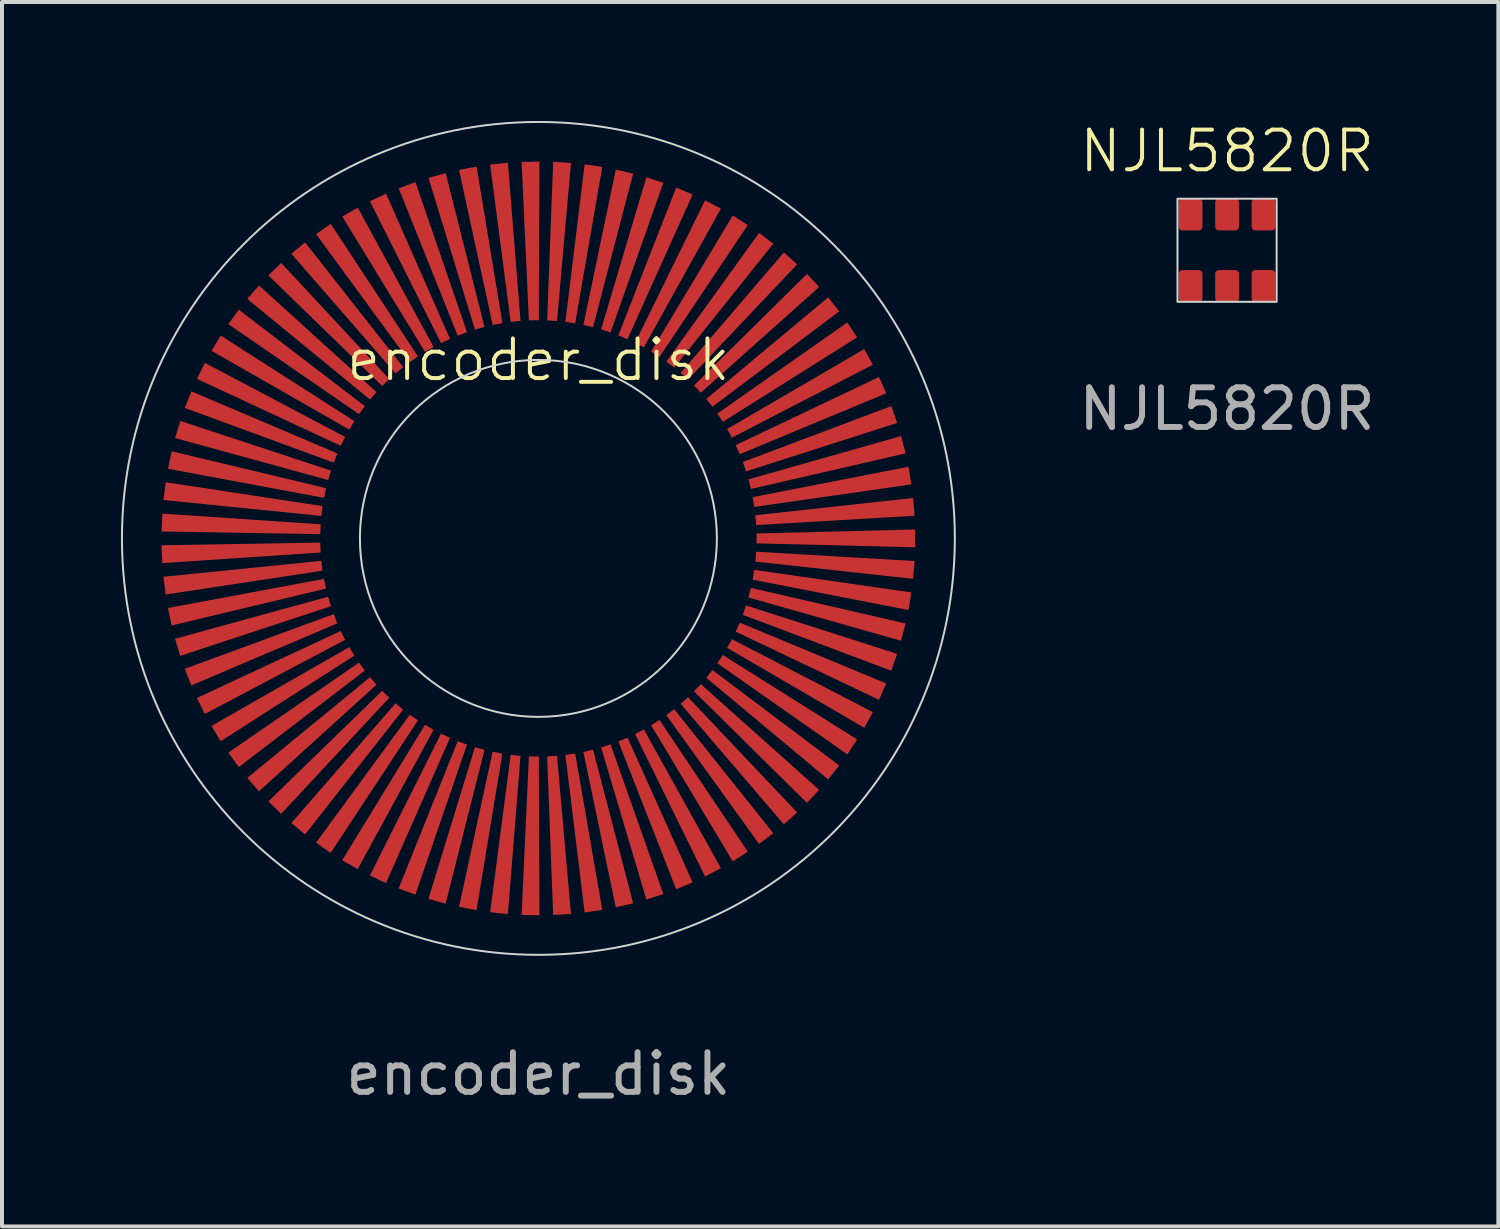
<source format=kicad_pcb>
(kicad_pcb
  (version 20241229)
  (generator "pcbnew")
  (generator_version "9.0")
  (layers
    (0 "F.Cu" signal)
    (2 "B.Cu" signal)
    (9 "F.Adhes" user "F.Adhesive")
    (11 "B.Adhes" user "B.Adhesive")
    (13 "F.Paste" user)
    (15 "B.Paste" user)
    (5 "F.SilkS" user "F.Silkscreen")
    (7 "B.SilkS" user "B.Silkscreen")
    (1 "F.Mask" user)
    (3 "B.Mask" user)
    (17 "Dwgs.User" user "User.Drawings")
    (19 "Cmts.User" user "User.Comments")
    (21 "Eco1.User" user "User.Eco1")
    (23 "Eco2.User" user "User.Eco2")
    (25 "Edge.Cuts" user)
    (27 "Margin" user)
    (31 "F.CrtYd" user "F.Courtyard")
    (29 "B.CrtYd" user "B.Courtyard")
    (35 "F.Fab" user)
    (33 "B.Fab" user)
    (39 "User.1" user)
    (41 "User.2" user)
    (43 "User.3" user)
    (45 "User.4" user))
  (footprint "encoder_disk"
    (layer "F.Cu")
    (at 10.525 10.525)
    (property "Reference" "encoder_disk" (at 0 -4.5 0) (unlocked yes) (layer "F.SilkS") (effects (font (size 1 1) (thickness 0.1))))
    (attr smd)
    (fp_circle (center 0 0) (end 4.5 0) (stroke (width 0.05) (type solid)) (fill no) (layer "Edge.Cuts"))
    (fp_circle (center 0 0) (end 10.5 0) (stroke (width 0.05) (type solid)) (fill no) (layer "Edge.Cuts"))
    (fp_text user "${REFERENCE}" (at 0 13.5 0) (unlocked yes) (layer "F.Fab") (effects (font (size 1 1) (thickness 0.15))))
    (pad "1" smd trapezoid (at -7.494 0.314 272.4) (size 0.35 4) (rect_delta 0 0.1) (layers "F.Cu" "F.Mask" "F.Paste"))
    (pad "1" smd trapezoid (at -7.337 1.559 282) (size 0.35 4) (rect_delta 0 0.1) (layers "F.Cu" "F.Mask" "F.Paste"))
    (pad "1" smd trapezoid (at -6.415 -3.886 238.8) (size 0.35 4) (rect_delta 0 0.1) (layers "F.Cu" "F.Mask" "F.Paste"))
    (pad "1" smd trapezoid (at -4.281 6.159 325.2) (size 0.35 4) (rect_delta 0 0.1) (layers "F.Cu" "F.Mask" "F.Paste"))
    (pad "1" smd trapezoid (at -2.017 -7.224 195.6) (size 0.35 4) (rect_delta 0 0.1) (layers "F.Cu" "F.Mask" "F.Paste"))
    (pad "1" smd trapezoid (at -0.784 -7.46 186) (size 0.35 4) (rect_delta 0 0.1) (layers "F.Cu" "F.Mask" "F.Paste"))
    (pad "1" smd trapezoid (at -0.784 7.46 354) (size 0.35 4) (rect_delta 0 0.1) (layers "F.Cu" "F.Mask" "F.Paste"))
    (pad "1" smd trapezoid (at 0.471 7.486 3.6) (size 0.35 4) (rect_delta 0 0.1) (layers "F.Cu" "F.Mask" "F.Paste"))
    (pad "1" smd trapezoid (at 4.534 -5.974 142.8) (size 0.35 4) (rect_delta 0 0.1) (layers "F.Cu" "F.Mask" "F.Paste"))
    (pad "1" smd trapezoid (at 5.467 5.135 46.8) (size 0.35 4) (rect_delta 0 0.1) (layers "F.Cu" "F.Mask" "F.Paste"))
    (pad "1" smd trapezoid (at 7.395 -1.251 99.6) (size 0.35 4) (rect_delta 0 0.1) (layers "F.Cu" "F.Mask" "F.Paste"))
    (pad "1" smd trapezoid (at 7.5 0 90) (size 0.35 4) (rect_delta 0 0.1) (layers "F.Cu" "F.Mask" "F.Paste"))
    (pad "2" smd trapezoid (at -7.442 0.94 277.2) (size 0.35 4) (rect_delta 0 0.1) (layers "F.Cu" "F.Mask" "F.Paste"))
    (pad "2" smd trapezoid (at -1.405 -7.368 190.8) (size 0.35 4) (rect_delta 0 0.1) (layers "F.Cu" "F.Mask" "F.Paste"))
    (pad "2" smd trapezoid (at -0.157 7.499 358.8) (size 0.35 4) (rect_delta 0 0.1) (layers "F.Cu" "F.Mask" "F.Paste"))
    (pad "2" smd trapezoid (at 7.474 -0.628 94.8) (size 0.35 4) (rect_delta 0 0.1) (layers "F.Cu" "F.Mask" "F.Paste"))
    (pad "3" smd trapezoid (at -6.068 -4.409 234) (size 0.35 4) (rect_delta 0 0.1) (layers "F.Cu" "F.Mask" "F.Paste"))
    (pad "3" smd trapezoid (at -4.781 5.779 320.4) (size 0.35 4) (rect_delta 0 0.1) (layers "F.Cu" "F.Mask" "F.Paste"))
    (pad "3" smd trapezoid (at 5.018 5.574 42) (size 0.35 4) (rect_delta 0 0.1) (layers "F.Cu" "F.Mask" "F.Paste"))
    (pad "3" smd trapezoid (at 5.018 -5.574 138) (size 0.35 4) (rect_delta 0 0.1) (layers "F.Cu" "F.Mask" "F.Paste"))
    (pad "4" smd trapezoid (at -5.678 -4.901 229.2) (size 0.35 4) (rect_delta 0 0.1) (layers "F.Cu" "F.Mask" "F.Paste"))
    (pad "4" smd trapezoid (at -5.248 5.359 315.6) (size 0.35 4) (rect_delta 0 0.1) (layers "F.Cu" "F.Mask" "F.Paste"))
    (pad "4" smd trapezoid (at 4.534 5.975 37.2) (size 0.35 4) (rect_delta 0 0.1) (layers "F.Cu" "F.Mask" "F.Paste"))
    (pad "4" smd trapezoid (at 5.467 -5.134 133.2) (size 0.35 4) (rect_delta 0 0.1) (layers "F.Cu" "F.Mask" "F.Paste"))
    (pad "5" smd trapezoid (at -5.678 4.901 310.8) (size 0.35 4) (rect_delta 0 0.1) (layers "F.Cu" "F.Mask" "F.Paste"))
    (pad "5" smd trapezoid (at -5.248 -5.359 224.4) (size 0.35 4) (rect_delta 0 0.1) (layers "F.Cu" "F.Mask" "F.Paste"))
    (pad "5" smd trapezoid (at 4.019 6.333 32.4) (size 0.35 4) (rect_delta 0 0.1) (layers "F.Cu" "F.Mask" "F.Paste"))
    (pad "5" smd trapezoid (at 5.878 -4.659 128.4) (size 0.35 4) (rect_delta 0 0.1) (layers "F.Cu" "F.Mask" "F.Paste"))
    (pad "6" smd trapezoid (at -6.068 4.408 306) (size 0.35 4) (rect_delta 0 0.1) (layers "F.Cu" "F.Mask" "F.Paste"))
    (pad "6" smd trapezoid (at -4.781 -5.78 219.6) (size 0.35 4) (rect_delta 0 0.1) (layers "F.Cu" "F.Mask" "F.Paste"))
    (pad "6" smd trapezoid (at 3.475 6.647 27.6) (size 0.35 4) (rect_delta 0 0.1) (layers "F.Cu" "F.Mask" "F.Paste"))
    (pad "6" smd trapezoid (at 6.247 -4.15 123.6) (size 0.35 4) (rect_delta 0 0.1) (layers "F.Cu" "F.Mask" "F.Paste"))
    (pad "7" smd trapezoid (at -6.416 3.885 301.2) (size 0.35 4) (rect_delta 0 0.1) (layers "F.Cu" "F.Mask" "F.Paste"))
    (pad "7" smd trapezoid (at -4.28 -6.159 214.8) (size 0.35 4) (rect_delta 0 0.1) (layers "F.Cu" "F.Mask" "F.Paste"))
    (pad "7" smd trapezoid (at 2.906 6.915 22.8) (size 0.35 4) (rect_delta 0 0.1) (layers "F.Cu" "F.Mask" "F.Paste"))
    (pad "7" smd trapezoid (at 6.572 -3.613 118.8) (size 0.35 4) (rect_delta 0 0.1) (layers "F.Cu" "F.Mask" "F.Paste"))
    (pad "8" smd trapezoid (at -6.719 3.335 296.4) (size 0.35 4) (rect_delta 0 0.1) (layers "F.Cu" "F.Mask" "F.Paste"))
    (pad "8" smd trapezoid (at -3.75 -6.496 210) (size 0.35 4) (rect_delta 0 0.1) (layers "F.Cu" "F.Mask" "F.Paste"))
    (pad "8" smd trapezoid (at 2.318 7.134 18) (size 0.35 4) (rect_delta 0 0.1) (layers "F.Cu" "F.Mask" "F.Paste"))
    (pad "8" smd trapezoid (at 6.852 -3.051 114) (size 0.35 4) (rect_delta 0 0.1) (layers "F.Cu" "F.Mask" "F.Paste"))
    (pad "9" smd trapezoid (at -6.974 2.761 291.6) (size 0.35 4) (rect_delta 0 0.1) (layers "F.Cu" "F.Mask" "F.Paste"))
    (pad "9" smd trapezoid (at -3.193 -6.787 205.2) (size 0.35 4) (rect_delta 0 0.1) (layers "F.Cu" "F.Mask" "F.Paste"))
    (pad "9" smd trapezoid (at 1.713 7.303 13.2) (size 0.35 4) (rect_delta 0 0.1) (layers "F.Cu" "F.Mask" "F.Paste"))
    (pad "9" smd trapezoid (at 7.083 -2.466 109.2) (size 0.35 4) (rect_delta 0 0.1) (layers "F.Cu" "F.Mask" "F.Paste"))
    (pad "10" smd trapezoid (at 7.264 -1.865 104.4) (size 0.35 4) (rect_delta 0 0.1) (layers "F.Cu" "F.Mask" "F.Paste"))
    (pad "11" smd trapezoid (at -7.181 2.168 286.8) (size 0.35 4) (rect_delta 0 0.1) (layers "F.Cu" "F.Mask" "F.Paste"))
    (pad "11" smd trapezoid (at -2.614 -7.03 200.4) (size 0.35 4) (rect_delta 0 0.1) (layers "F.Cu" "F.Mask" "F.Paste"))
    (pad "11" smd trapezoid (at 1.096 7.42 8.4) (size 0.35 4) (rect_delta 0 0.1) (layers "F.Cu" "F.Mask" "F.Paste"))
    (pad "12" smd trapezoid (at -0.157 -7.498 181.2) (size 0.35 4) (rect_delta 0 0.1) (layers "F.Cu" "F.Mask" "F.Paste"))
    (pad "12" smd trapezoid (at 7.474 0.628 85.2) (size 0.35 4) (rect_delta 0 0.1) (layers "F.Cu" "F.Mask" "F.Paste"))
    (pad "13" smd trapezoid (at 0.471 -7.485 176.4) (size 0.35 4) (rect_delta 0 0.1) (layers "F.Cu" "F.Mask" "F.Paste"))
    (pad "13" smd trapezoid (at 7.395 1.251 80.4) (size 0.35 4) (rect_delta 0 0.1) (layers "F.Cu" "F.Mask" "F.Paste"))
    (pad "14" smd trapezoid (at -7.493 -0.315 267.6) (size 0.35 4) (rect_delta 0 0.1) (layers "F.Cu" "F.Mask" "F.Paste"))
    (pad "14" smd trapezoid (at 1.096 -7.42 171.6) (size 0.35 4) (rect_delta 0 0.1) (layers "F.Cu" "F.Mask" "F.Paste"))
    (pad "14" smd trapezoid (at 7.264 1.866 75.6) (size 0.35 4) (rect_delta 0 0.1) (layers "F.Cu" "F.Mask" "F.Paste"))
    (pad "15" smd trapezoid (at -7.441 -0.941 262.8) (size 0.35 4) (rect_delta 0 0.1) (layers "F.Cu" "F.Mask" "F.Paste"))
    (pad "15" smd trapezoid (at -1.406 7.367 349.2) (size 0.35 4) (rect_delta 0 0.1) (layers "F.Cu" "F.Mask" "F.Paste"))
    (pad "15" smd trapezoid (at 1.713 -7.302 166.8) (size 0.35 4) (rect_delta 0 0.1) (layers "F.Cu" "F.Mask" "F.Paste"))
    (pad "15" smd trapezoid (at 7.083 2.467 70.8) (size 0.35 4) (rect_delta 0 0.1) (layers "F.Cu" "F.Mask" "F.Paste"))
    (pad "16" smd trapezoid (at -7.336 -1.56 258) (size 0.35 4) (rect_delta 0 0.1) (layers "F.Cu" "F.Mask" "F.Paste"))
    (pad "16" smd trapezoid (at -2.018 7.224 344.4) (size 0.35 4) (rect_delta 0 0.1) (layers "F.Cu" "F.Mask" "F.Paste"))
    (pad "16" smd trapezoid (at 2.318 -7.133 162) (size 0.35 4) (rect_delta 0 0.1) (layers "F.Cu" "F.Mask" "F.Paste"))
    (pad "16" smd trapezoid (at 6.852 3.051 66) (size 0.35 4) (rect_delta 0 0.1) (layers "F.Cu" "F.Mask" "F.Paste"))
    (pad "17" smd trapezoid (at -7.18 -2.168 253.2) (size 0.35 4) (rect_delta 0 0.1) (layers "F.Cu" "F.Mask" "F.Paste"))
    (pad "17" smd trapezoid (at -2.615 7.03 339.6) (size 0.35 4) (rect_delta 0 0.1) (layers "F.Cu" "F.Mask" "F.Paste"))
    (pad "17" smd trapezoid (at 2.906 -6.914 157.2) (size 0.35 4) (rect_delta 0 0.1) (layers "F.Cu" "F.Mask" "F.Paste"))
    (pad "17" smd trapezoid (at 6.572 3.614 61.2) (size 0.35 4) (rect_delta 0 0.1) (layers "F.Cu" "F.Mask" "F.Paste"))
    (pad "18" smd trapezoid (at -6.973 -2.762 248.4) (size 0.35 4) (rect_delta 0 0.1) (layers "F.Cu" "F.Mask" "F.Paste"))
    (pad "18" smd trapezoid (at -3.194 6.786 334.8) (size 0.35 4) (rect_delta 0 0.1) (layers "F.Cu" "F.Mask" "F.Paste"))
    (pad "18" smd trapezoid (at 3.475 -6.647 152.4) (size 0.35 4) (rect_delta 0 0.1) (layers "F.Cu" "F.Mask" "F.Paste"))
    (pad "18" smd trapezoid (at 6.247 4.151 56.4) (size 0.35 4) (rect_delta 0 0.1) (layers "F.Cu" "F.Mask" "F.Paste"))
    (pad "19" smd trapezoid (at -6.718 -3.335 243.6) (size 0.35 4) (rect_delta 0 0.1) (layers "F.Cu" "F.Mask" "F.Paste"))
    (pad "19" smd trapezoid (at -3.751 6.495 330) (size 0.35 4) (rect_delta 0 0.1) (layers "F.Cu" "F.Mask" "F.Paste"))
    (pad "19" smd trapezoid (at 4.019 -6.332 147.6) (size 0.35 4) (rect_delta 0 0.1) (layers "F.Cu" "F.Mask" "F.Paste"))
    (pad "19" smd trapezoid (at 5.878 4.659 51.6) (size 0.35 4) (rect_delta 0 0.1) (layers "F.Cu" "F.Mask" "F.Paste")))
  (footprint "NJL5820R"
    (layer "F.Cu")
    (at 27.889 3.26)
    (property "Reference" "NJL5820R" (at 0 -2.5 0) (unlocked yes) (layer "F.SilkS") (effects (font (size 1 1) (thickness 0.1))))
    (attr smd)
    (fp_rect (start -1.25 -1.3) (end 1.25 1.3) (stroke (width 0.05) (type default)) (fill no) (layer "Edge.Cuts"))
    (fp_text user "${REFERENCE}" (at 0 4 0) (unlocked yes) (layer "F.Fab") (effects (font (size 1 1) (thickness 0.15))))
    (pad "1" smd roundrect (at -0.92 0.9) (size 0.6 0.8) (layers "F.Cu" "F.Mask" "F.Paste") (roundrect_rratio 0.15))
    (pad "2" smd roundrect (at 0 0.9) (size 0.6 0.8) (layers "F.Cu" "F.Mask" "F.Paste") (roundrect_rratio 0.15))
    (pad "3" smd roundrect (at 0.92 0.9) (size 0.6 0.8) (layers "F.Cu" "F.Mask" "F.Paste") (roundrect_rratio 0.15))
    (pad "4" smd roundrect (at 0.92 -0.9) (size 0.6 0.8) (layers "F.Cu" "F.Mask" "F.Paste") (roundrect_rratio 0.15))
    (pad "5" smd roundrect (at 0 -0.9) (size 0.6 0.8) (layers "F.Cu" "F.Mask" "F.Paste") (roundrect_rratio 0.15))
    (pad "6" smd roundrect (at -0.92 -0.9) (size 0.6 0.8) (layers "F.Cu" "F.Mask" "F.Paste") (roundrect_rratio 0.15)))
  (gr_rect
    (start -3 -3)
    (end 34.729 27.873)
    (stroke (width 0.1) (type default))
    (fill no)
    (layer "Edge.Cuts")))
</source>
